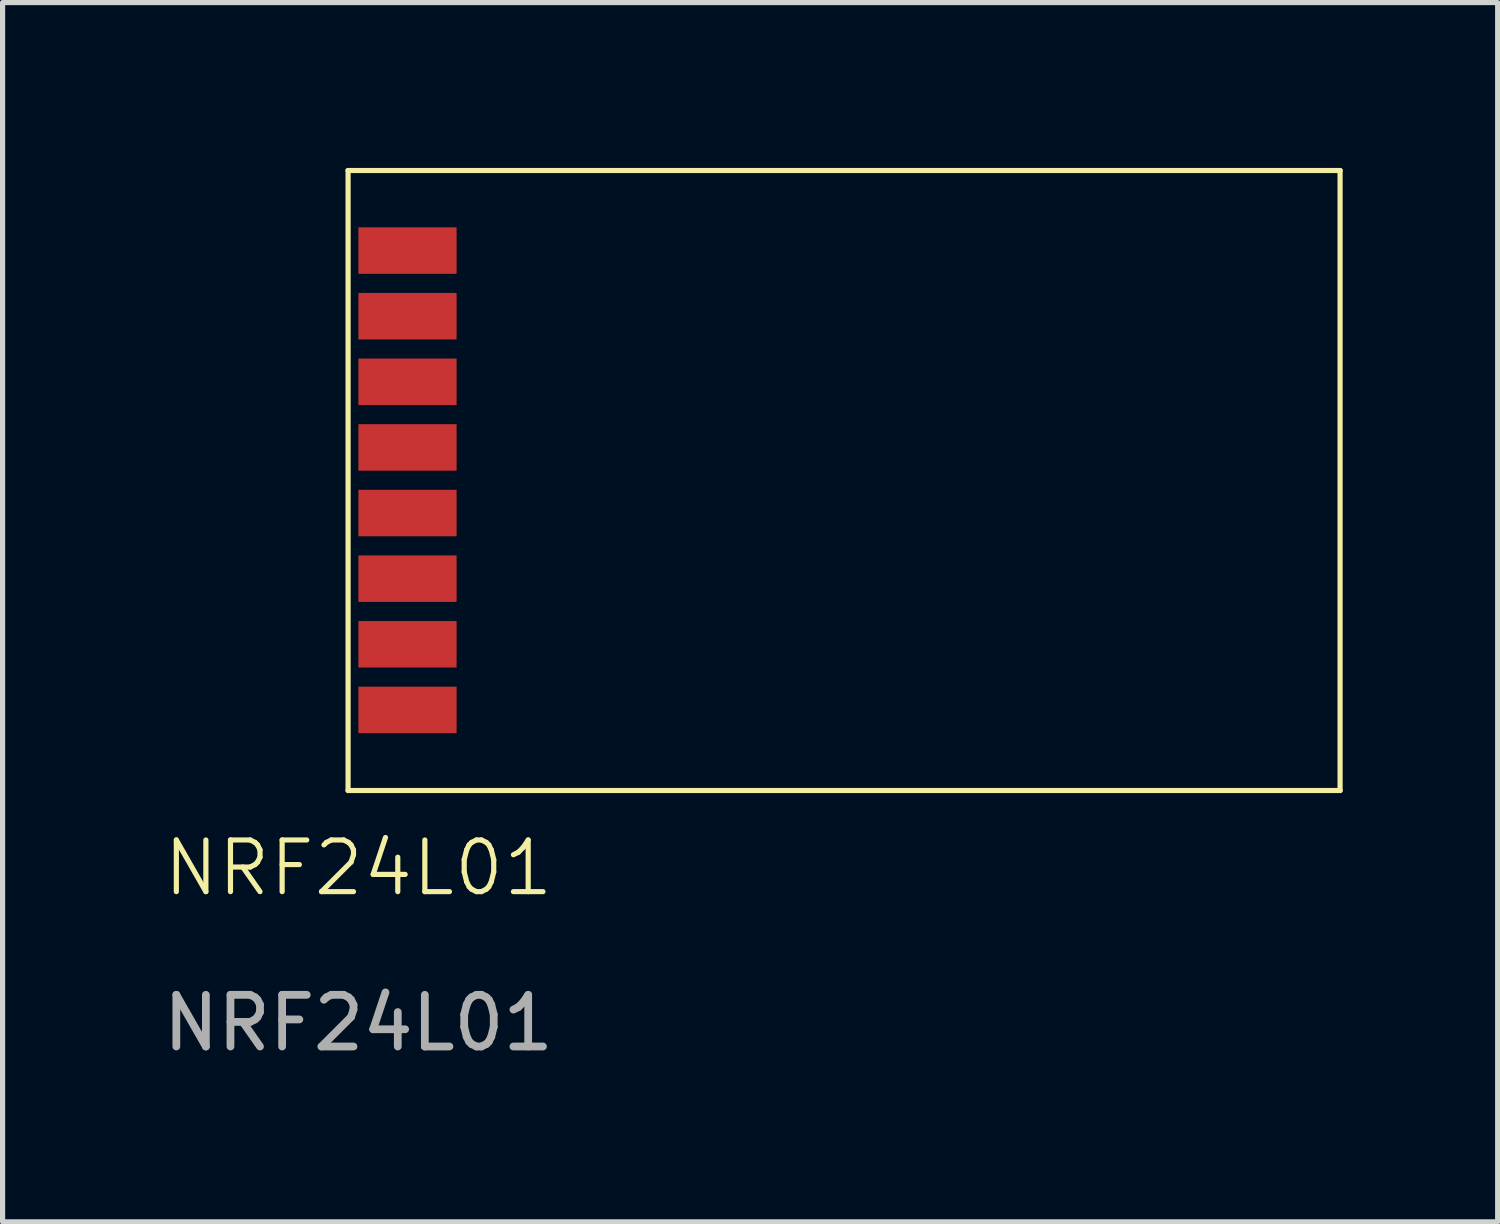
<source format=kicad_pcb>
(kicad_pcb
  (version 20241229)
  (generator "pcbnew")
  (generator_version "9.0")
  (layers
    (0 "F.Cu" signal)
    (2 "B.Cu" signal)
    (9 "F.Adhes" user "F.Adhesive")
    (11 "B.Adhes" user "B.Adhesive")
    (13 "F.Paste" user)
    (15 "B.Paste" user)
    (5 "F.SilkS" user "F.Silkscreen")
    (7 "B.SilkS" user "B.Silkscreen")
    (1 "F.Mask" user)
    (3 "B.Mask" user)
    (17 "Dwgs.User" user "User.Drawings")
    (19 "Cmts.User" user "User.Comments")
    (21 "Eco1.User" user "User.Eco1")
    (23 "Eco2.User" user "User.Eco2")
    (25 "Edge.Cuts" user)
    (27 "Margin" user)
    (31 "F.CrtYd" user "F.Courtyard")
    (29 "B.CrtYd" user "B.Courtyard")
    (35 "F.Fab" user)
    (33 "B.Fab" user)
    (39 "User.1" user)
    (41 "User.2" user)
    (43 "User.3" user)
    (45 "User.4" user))
  (footprint "NRF24L01"
    (layer "F.Cu")
    (at 3.887 0.25)
    (property "Reference" "NRF24L01" (at 0 13.5 0) (unlocked yes) (layer "F.SilkS") (effects (font (size 1 1) (thickness 0.1))))
    (attr smd)
    (fp_line (start -0.2 0) (end -0.2 12) (stroke (width 0.1) (type default)) (layer "F.SilkS"))
    (fp_line (start -0.2 0) (end 19 0) (stroke (width 0.1) (type default)) (layer "F.SilkS"))
    (fp_line (start -0.2 12) (end 19 12) (stroke (width 0.1) (type default)) (layer "F.SilkS"))
    (fp_line (start 19 0) (end 19 12) (stroke (width 0.1) (type default)) (layer "F.SilkS"))
    (fp_text user "${REFERENCE}" (at 0 16.5 0) (unlocked yes) (layer "F.Fab") (effects (font (size 1 1) (thickness 0.15))))
    (pad "1" smd rect (at 0.95 1.55) (size 1.9 0.9) (layers "F.Cu" "F.Mask" "F.Paste"))
    (pad "2" smd rect (at 0.95 2.82) (size 1.9 0.9) (layers "F.Cu" "F.Mask" "F.Paste"))
    (pad "3" smd rect (at 0.95 4.09) (size 1.9 0.9) (layers "F.Cu" "F.Mask" "F.Paste"))
    (pad "4" smd rect (at 0.95 5.36) (size 1.9 0.9) (layers "F.Cu" "F.Mask" "F.Paste"))
    (pad "5" smd rect (at 0.95 6.63) (size 1.9 0.9) (layers "F.Cu" "F.Mask" "F.Paste"))
    (pad "6" smd rect (at 0.95 7.9) (size 1.9 0.9) (layers "F.Cu" "F.Mask" "F.Paste"))
    (pad "7" smd rect (at 0.95 9.17) (size 1.9 0.9) (layers "F.Cu" "F.Mask" "F.Paste"))
    (pad "8" smd rect (at 0.95 10.44) (size 1.9 0.9) (layers "F.Cu" "F.Mask" "F.Paste")))
  (gr_rect
    (start -3 -3)
    (end 25.937 20.598)
    (stroke (width 0.1) (type default))
    (fill no)
    (layer "Edge.Cuts")))
</source>
